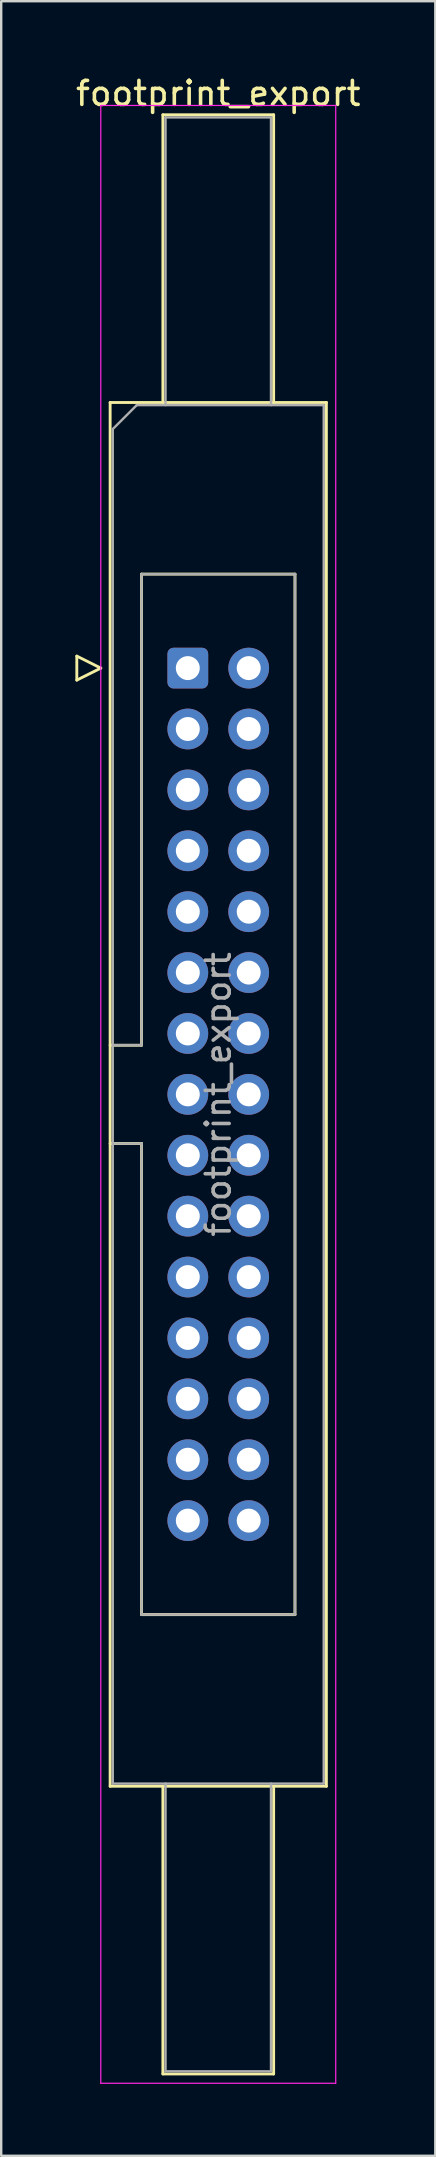
<source format=kicad_pcb>
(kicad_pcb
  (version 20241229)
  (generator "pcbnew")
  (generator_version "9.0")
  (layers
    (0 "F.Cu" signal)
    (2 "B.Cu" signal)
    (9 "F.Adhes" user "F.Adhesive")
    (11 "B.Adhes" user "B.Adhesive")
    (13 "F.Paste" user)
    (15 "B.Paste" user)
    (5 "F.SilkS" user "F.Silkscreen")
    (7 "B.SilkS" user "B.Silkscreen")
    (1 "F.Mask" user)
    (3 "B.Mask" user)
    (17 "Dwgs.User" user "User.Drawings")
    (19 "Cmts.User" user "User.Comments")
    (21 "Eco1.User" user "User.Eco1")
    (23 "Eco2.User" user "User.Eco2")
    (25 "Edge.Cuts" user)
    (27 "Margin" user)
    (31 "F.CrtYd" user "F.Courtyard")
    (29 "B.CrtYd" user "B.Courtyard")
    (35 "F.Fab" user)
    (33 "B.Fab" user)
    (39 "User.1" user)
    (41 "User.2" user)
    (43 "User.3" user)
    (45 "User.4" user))
  (footprint "footprint_export"
    (layer "F.Cu")
    (at 4.784 24.818)
    (property "Reference" "footprint_export" (at 1.27 -23.97 0) (layer "F.SilkS") (effects (font (size 1 1) (thickness 0.15))))
    (attr through_hole)
    (fp_line (start -4.63 -0.5) (end -4.63 0.5) (stroke (width 0.12) (type solid)) (layer "F.SilkS"))
    (fp_line (start -4.63 0.5) (end -3.63 0) (stroke (width 0.12) (type solid)) (layer "F.SilkS"))
    (fp_line (start -3.63 0) (end -4.63 -0.5) (stroke (width 0.12) (type solid)) (layer "F.SilkS"))
    (fp_line (start -3.24 -11.08) (end 5.78 -11.08) (stroke (width 0.12) (type solid)) (layer "F.SilkS"))
    (fp_line (start -3.24 15.73) (end -1.93 15.73) (stroke (width 0.12) (type solid)) (layer "F.SilkS"))
    (fp_line (start -3.24 46.64) (end -3.24 -11.08) (stroke (width 0.12) (type solid)) (layer "F.SilkS"))
    (fp_line (start -1.93 -3.92) (end 4.47 -3.92) (stroke (width 0.12) (type solid)) (layer "F.SilkS"))
    (fp_line (start -1.93 15.73) (end -1.93 -3.92) (stroke (width 0.12) (type solid)) (layer "F.SilkS"))
    (fp_line (start -1.93 19.83) (end -3.24 19.83) (stroke (width 0.12) (type solid)) (layer "F.SilkS"))
    (fp_line (start -1.93 19.83) (end -1.93 19.83) (stroke (width 0.12) (type solid)) (layer "F.SilkS"))
    (fp_line (start -1.93 39.48) (end -1.93 19.83) (stroke (width 0.12) (type solid)) (layer "F.SilkS"))
    (fp_line (start -1.04 -23.08) (end 3.58 -23.08) (stroke (width 0.12) (type solid)) (layer "F.SilkS"))
    (fp_line (start -1.04 -11.08) (end -1.04 -23.08) (stroke (width 0.12) (type solid)) (layer "F.SilkS"))
    (fp_line (start -1.04 46.64) (end -1.04 58.64) (stroke (width 0.12) (type solid)) (layer "F.SilkS"))
    (fp_line (start -1.04 58.64) (end 3.58 58.64) (stroke (width 0.12) (type solid)) (layer "F.SilkS"))
    (fp_line (start 3.58 -23.08) (end 3.58 -11.08) (stroke (width 0.12) (type solid)) (layer "F.SilkS"))
    (fp_line (start 3.58 58.64) (end 3.58 46.64) (stroke (width 0.12) (type solid)) (layer "F.SilkS"))
    (fp_line (start 4.47 -3.92) (end 4.47 39.48) (stroke (width 0.12) (type solid)) (layer "F.SilkS"))
    (fp_line (start 4.47 39.48) (end -1.93 39.48) (stroke (width 0.12) (type solid)) (layer "F.SilkS"))
    (fp_line (start 5.78 -11.08) (end 5.78 46.64) (stroke (width 0.12) (type solid)) (layer "F.SilkS"))
    (fp_line (start 5.78 46.64) (end -3.24 46.64) (stroke (width 0.12) (type solid)) (layer "F.SilkS"))
    (fp_line (start -3.63 -23.47) (end -3.63 59.03) (stroke (width 0.05) (type solid)) (layer "F.CrtYd"))
    (fp_line (start -3.63 59.03) (end 6.17 59.03) (stroke (width 0.05) (type solid)) (layer "F.CrtYd"))
    (fp_line (start 6.17 -23.47) (end -3.63 -23.47) (stroke (width 0.05) (type solid)) (layer "F.CrtYd"))
    (fp_line (start 6.17 59.03) (end 6.17 -23.47) (stroke (width 0.05) (type solid)) (layer "F.CrtYd"))
    (fp_line (start -3.13 -9.97) (end -2.13 -10.97) (stroke (width 0.1) (type solid)) (layer "F.Fab"))
    (fp_line (start -3.13 15.73) (end -1.93 15.73) (stroke (width 0.1) (type solid)) (layer "F.Fab"))
    (fp_line (start -3.13 46.53) (end -3.13 -9.97) (stroke (width 0.1) (type solid)) (layer "F.Fab"))
    (fp_line (start -2.13 -10.97) (end 5.67 -10.97) (stroke (width 0.1) (type solid)) (layer "F.Fab"))
    (fp_line (start -1.93 -3.92) (end 4.47 -3.92) (stroke (width 0.1) (type solid)) (layer "F.Fab"))
    (fp_line (start -1.93 15.73) (end -1.93 -3.92) (stroke (width 0.1) (type solid)) (layer "F.Fab"))
    (fp_line (start -1.93 19.83) (end -3.13 19.83) (stroke (width 0.1) (type solid)) (layer "F.Fab"))
    (fp_line (start -1.93 19.83) (end -1.93 19.83) (stroke (width 0.1) (type solid)) (layer "F.Fab"))
    (fp_line (start -1.93 39.48) (end -1.93 19.83) (stroke (width 0.1) (type solid)) (layer "F.Fab"))
    (fp_line (start -0.93 -22.97) (end 3.47 -22.97) (stroke (width 0.1) (type solid)) (layer "F.Fab"))
    (fp_line (start -0.93 -10.97) (end -0.93 -22.97) (stroke (width 0.1) (type solid)) (layer "F.Fab"))
    (fp_line (start -0.93 46.53) (end -0.93 58.53) (stroke (width 0.1) (type solid)) (layer "F.Fab"))
    (fp_line (start -0.93 58.53) (end 3.47 58.53) (stroke (width 0.1) (type solid)) (layer "F.Fab"))
    (fp_line (start 3.47 -22.97) (end 3.47 -10.97) (stroke (width 0.1) (type solid)) (layer "F.Fab"))
    (fp_line (start 3.47 58.53) (end 3.47 46.53) (stroke (width 0.1) (type solid)) (layer "F.Fab"))
    (fp_line (start 4.47 -3.92) (end 4.47 39.48) (stroke (width 0.1) (type solid)) (layer "F.Fab"))
    (fp_line (start 4.47 39.48) (end -1.93 39.48) (stroke (width 0.1) (type solid)) (layer "F.Fab"))
    (fp_line (start 5.67 -10.97) (end 5.67 46.53) (stroke (width 0.1) (type solid)) (layer "F.Fab"))
    (fp_line (start 5.67 46.53) (end -3.13 46.53) (stroke (width 0.1) (type solid)) (layer "F.Fab"))
    (fp_text user "${REFERENCE}" (at 1.27 17.78 90) (layer "F.Fab") (effects (font (size 1 1) (thickness 0.15))))
    (pad "1" thru_hole roundrect (at 0 0) (size 1.7 1.7) (drill 1) (layers "*.Cu" "*.Mask") (roundrect_rratio 0.147))
    (pad "2" thru_hole circle (at 2.54 0) (size 1.7 1.7) (drill 1) (layers "*.Cu" "*.Mask"))
    (pad "3" thru_hole circle (at 0 2.54) (size 1.7 1.7) (drill 1) (layers "*.Cu" "*.Mask"))
    (pad "4" thru_hole circle (at 2.54 2.54) (size 1.7 1.7) (drill 1) (layers "*.Cu" "*.Mask"))
    (pad "5" thru_hole circle (at 0 5.08) (size 1.7 1.7) (drill 1) (layers "*.Cu" "*.Mask"))
    (pad "6" thru_hole circle (at 2.54 5.08) (size 1.7 1.7) (drill 1) (layers "*.Cu" "*.Mask"))
    (pad "7" thru_hole circle (at 0 7.62) (size 1.7 1.7) (drill 1) (layers "*.Cu" "*.Mask"))
    (pad "8" thru_hole circle (at 2.54 7.62) (size 1.7 1.7) (drill 1) (layers "*.Cu" "*.Mask"))
    (pad "9" thru_hole circle (at 0 10.16) (size 1.7 1.7) (drill 1) (layers "*.Cu" "*.Mask"))
    (pad "10" thru_hole circle (at 2.54 10.16) (size 1.7 1.7) (drill 1) (layers "*.Cu" "*.Mask"))
    (pad "11" thru_hole circle (at 0 12.7) (size 1.7 1.7) (drill 1) (layers "*.Cu" "*.Mask"))
    (pad "12" thru_hole circle (at 2.54 12.7) (size 1.7 1.7) (drill 1) (layers "*.Cu" "*.Mask"))
    (pad "13" thru_hole circle (at 0 15.24) (size 1.7 1.7) (drill 1) (layers "*.Cu" "*.Mask"))
    (pad "14" thru_hole circle (at 2.54 15.24) (size 1.7 1.7) (drill 1) (layers "*.Cu" "*.Mask"))
    (pad "15" thru_hole circle (at 0 17.78) (size 1.7 1.7) (drill 1) (layers "*.Cu" "*.Mask"))
    (pad "16" thru_hole circle (at 2.54 17.78) (size 1.7 1.7) (drill 1) (layers "*.Cu" "*.Mask"))
    (pad "17" thru_hole circle (at 0 20.32) (size 1.7 1.7) (drill 1) (layers "*.Cu" "*.Mask"))
    (pad "18" thru_hole circle (at 2.54 20.32) (size 1.7 1.7) (drill 1) (layers "*.Cu" "*.Mask"))
    (pad "19" thru_hole circle (at 0 22.86) (size 1.7 1.7) (drill 1) (layers "*.Cu" "*.Mask"))
    (pad "20" thru_hole circle (at 2.54 22.86) (size 1.7 1.7) (drill 1) (layers "*.Cu" "*.Mask"))
    (pad "21" thru_hole circle (at 0 25.4) (size 1.7 1.7) (drill 1) (layers "*.Cu" "*.Mask"))
    (pad "22" thru_hole circle (at 2.54 25.4) (size 1.7 1.7) (drill 1) (layers "*.Cu" "*.Mask"))
    (pad "23" thru_hole circle (at 0 27.94) (size 1.7 1.7) (drill 1) (layers "*.Cu" "*.Mask"))
    (pad "24" thru_hole circle (at 2.54 27.94) (size 1.7 1.7) (drill 1) (layers "*.Cu" "*.Mask"))
    (pad "25" thru_hole circle (at 0 30.48) (size 1.7 1.7) (drill 1) (layers "*.Cu" "*.Mask"))
    (pad "26" thru_hole circle (at 2.54 30.48) (size 1.7 1.7) (drill 1) (layers "*.Cu" "*.Mask"))
    (pad "27" thru_hole circle (at 0 33.02) (size 1.7 1.7) (drill 1) (layers "*.Cu" "*.Mask"))
    (pad "28" thru_hole circle (at 2.54 33.02) (size 1.7 1.7) (drill 1) (layers "*.Cu" "*.Mask"))
    (pad "29" thru_hole circle (at 0 35.56) (size 1.7 1.7) (drill 1) (layers "*.Cu" "*.Mask"))
    (pad "30" thru_hole circle (at 2.54 35.56) (size 1.7 1.7) (drill 1) (layers "*.Cu" "*.Mask")))
  (gr_rect
    (start -3 -3)
    (end 15.107 86.873)
    (stroke (width 0.1) (type default))
    (fill no)
    (layer "Edge.Cuts")))
</source>
